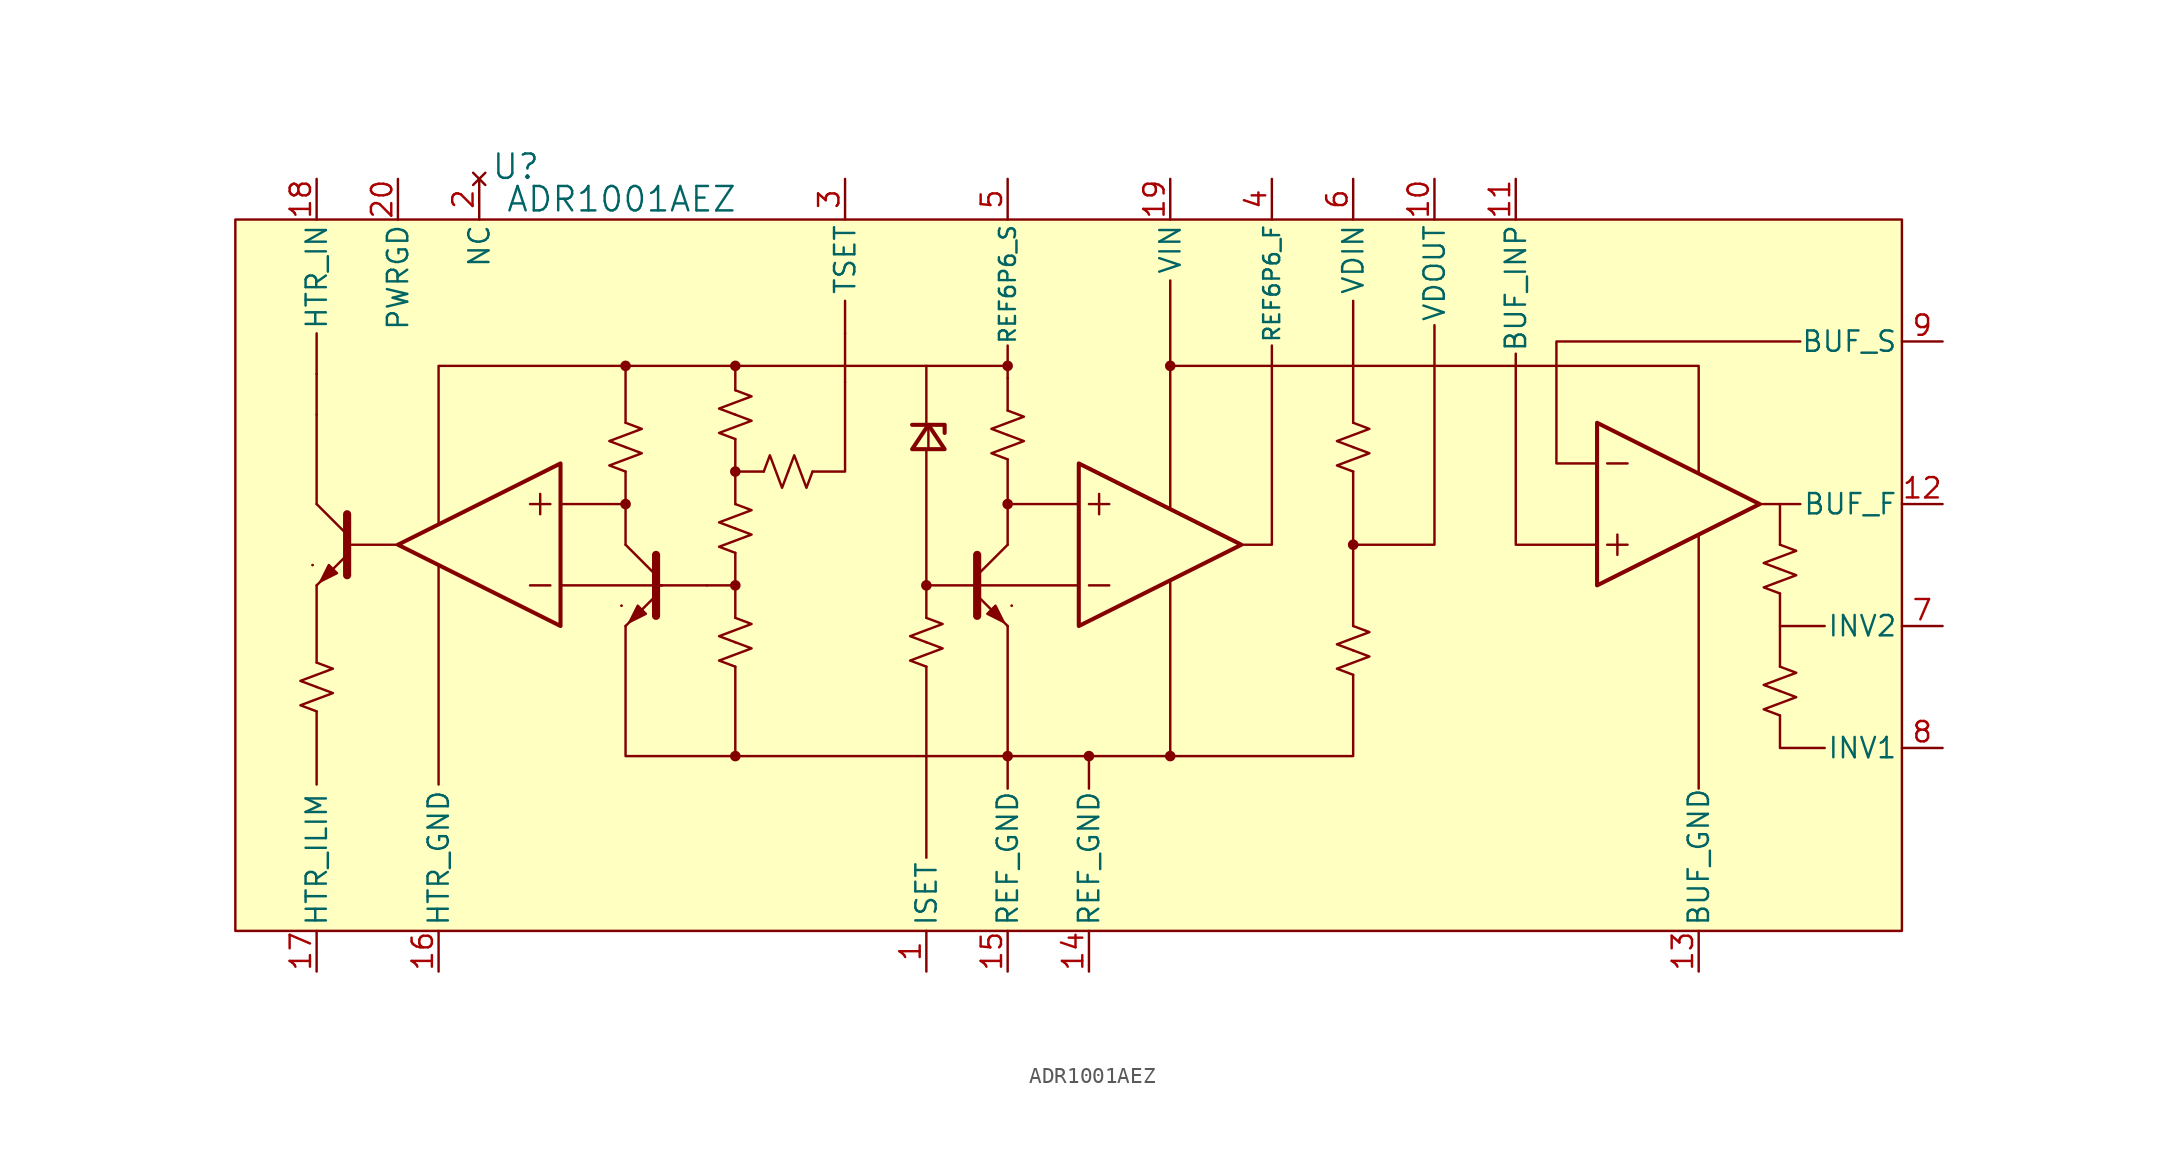
<source format=kicad_sym>
(kicad_symbol_lib
  (version 20241209)
  (generator "kicad_symbol_editor")
  (generator_version "9.0")
  (symbol "ADR1001AEZ"
    (pin_names
      (offset 0.254))
    (property "Reference" "U"
      (at -35.814 26.162 0)
      (effects (font (size 1.524 1.524))))
    (property "Value" "ADR1001AEZ"
      (at -29.21 24.13 0)
      (effects (font (size 1.524 1.524))))
    (symbol "ADR1001AEZ_0_1"
      (polyline (pts (xy -48.514 1.27) (xy -48.514 1.27)) (stroke (width 0.152) (type default)) (fill (type none)))
      (polyline (pts (xy -48.514 1.27) (xy -48.514 1.27)) (stroke (width 0.152) (type default)) (fill (type none)))
      (polyline (pts (xy -46.99 0.762) (xy -47.498 1.27) (xy -48.006 0.254) (xy -46.99 0.762) (xy -46.99 0.762)) (stroke (width 0) (type default)) (fill (type outline)))
      (polyline (pts (xy -46.355 4.445) (xy -46.355 0.635) (xy -46.355 0.635)) (stroke (width 0.508) (type default)) (fill (type none)))
      (polyline (pts (xy -46.355 3.175) (xy -48.26 5.08)) (stroke (width 0) (type default)) (fill (type none)))
      (polyline (pts (xy -46.355 1.905) (xy -48.26 0) (xy -48.26 0)) (stroke (width 0) (type default)) (fill (type none)))
      (polyline (pts (xy -43.18 2.54) (xy -46.355 2.54)) (stroke (width 0.152) (type default)) (fill (type none)))
      (polyline (pts (xy -29.21 -1.27) (xy -29.21 -1.27)) (stroke (width 0.152) (type default)) (fill (type none)))
      (polyline (pts (xy -29.21 -1.27) (xy -29.21 -1.27)) (stroke (width 0.152) (type default)) (fill (type none)))
      (polyline (pts (xy -27.686 -1.778) (xy -28.194 -1.27) (xy -28.702 -2.286) (xy -27.686 -1.778) (xy -27.686 -1.778)) (stroke (width 0) (type default)) (fill (type outline)))
      (polyline (pts (xy -27.051 1.905) (xy -27.051 -1.905) (xy -27.051 -1.905)) (stroke (width 0.508) (type default)) (fill (type none)))
      (polyline (pts (xy -27.051 0.635) (xy -28.956 2.54)) (stroke (width 0) (type default)) (fill (type none)))
      (polyline (pts (xy -27.051 -0.635) (xy -28.956 -2.54) (xy -28.956 -2.54)) (stroke (width 0) (type default)) (fill (type none)))
      (polyline (pts (xy -23.876 0) (xy -27.051 0)) (stroke (width 0.152) (type default)) (fill (type none)))
      (polyline (pts (xy -10.033 8.509) (xy -10.033 10.033)) (stroke (width 0) (type default)) (fill (type none)))
      (polyline (pts (xy -9.017 9.525) (xy -9.017 10.033) (xy -11.049 10.033)) (stroke (width 0.254) (type default)) (fill (type none)))
      (polyline (pts (xy -9.017 8.509) (xy -10.033 10.033) (xy -11.049 8.509) (xy -9.017 8.509)) (stroke (width 0.254) (type default)) (fill (type none)))
      (polyline (pts (xy -6.985 1.905) (xy -6.985 -1.905) (xy -6.985 -1.905)) (stroke (width 0.508) (type default)) (fill (type none)))
      (polyline (pts (xy -6.985 0.635) (xy -5.08 2.54)) (stroke (width 0) (type default)) (fill (type none)))
      (polyline (pts (xy -6.985 -0.635) (xy -5.08 -2.54) (xy -5.08 -2.54)) (stroke (width 0) (type default)) (fill (type none)))
      (polyline (pts (xy -6.35 -1.778) (xy -5.842 -1.27) (xy -5.334 -2.286) (xy -6.35 -1.778) (xy -6.35 -1.778)) (stroke (width 0) (type default)) (fill (type outline)))
      (polyline (pts (xy -4.826 -1.27) (xy -4.826 -1.27)) (stroke (width 0.152) (type default)) (fill (type none)))
      (polyline (pts (xy -4.826 -1.27) (xy -4.826 -1.27)) (stroke (width 0.152) (type default)) (fill (type none))))
    (symbol "ADR1001AEZ_1_1"
      (rectangle (start -53.34 22.86) (end 50.8 -21.59) (stroke (width 0) (type solid)) (fill (type background)))
      (polyline (pts (xy -48.26 13.208) (xy -48.26 15.748)) (stroke (width 0) (type default)) (fill (type none)))
      (polyline (pts (xy -48.26 10.668) (xy -48.26 13.208)) (stroke (width 0) (type default)) (fill (type none)))
      (polyline (pts (xy -48.26 5.08) (xy -48.26 10.668)) (stroke (width 0) (type default)) (fill (type none)))
      (polyline (pts (xy -48.26 0) (xy -48.26 -4.826)) (stroke (width 0) (type default)) (fill (type none)))
      (polyline (pts (xy -48.26 -4.826) (xy -47.244 -5.207) (xy -48.26 -5.588) (xy -49.276 -5.969) (xy -48.26 -6.35)) (stroke (width 0) (type default)) (fill (type none)))
      (polyline (pts (xy -48.26 -6.35) (xy -47.244 -6.731) (xy -48.26 -7.112) (xy -49.276 -7.493) (xy -48.26 -7.874)) (stroke (width 0) (type default)) (fill (type none)))
      (polyline (pts (xy -48.26 -7.874) (xy -48.26 -12.446)) (stroke (width 0) (type default)) (fill (type none)))
      (polyline (pts (xy -40.64 3.81) (xy -40.64 13.716) (xy -28.956 13.716)) (stroke (width 0) (type default)) (fill (type none)))
      (polyline (pts (xy -40.64 1.27) (xy -40.64 -12.446)) (stroke (width 0) (type default)) (fill (type none)))
      (polyline (pts (xy -34.925 5.08) (xy -33.655 5.08)) (stroke (width 0) (type default)) (fill (type none)))
      (polyline (pts (xy -34.925 0) (xy -33.655 0)) (stroke (width 0) (type default)) (fill (type none)))
      (polyline (pts (xy -34.29 5.715) (xy -34.29 4.445)) (stroke (width 0) (type default)) (fill (type none)))
      (polyline (pts (xy -33.02 7.62) (xy -33.02 -2.54) (xy -43.18 2.54) (xy -33.02 7.62)) (stroke (width 0.254) (type solid)) (fill (type none)))
      (polyline (pts (xy -33.02 5.08) (xy -28.956 5.08) (xy -28.956 2.54)) (stroke (width 0) (type default)) (fill (type none)))
      (polyline (pts (xy -33.02 0) (xy -26.67 0)) (stroke (width 0) (type default)) (fill (type none)))
      (circle (center -28.956 13.716) (radius 0.254) (stroke (width 0) (type solid)) (fill (type outline)))
      (polyline (pts (xy -28.956 10.16) (xy -28.956 13.716) (xy -22.098 13.716) (xy -22.098 12.192)) (stroke (width 0) (type default)) (fill (type none)))
      (polyline (pts (xy -28.956 10.16) (xy -27.94 9.779) (xy -28.956 9.398) (xy -29.972 9.017) (xy -28.956 8.636)) (stroke (width 0) (type default)) (fill (type none)))
      (polyline (pts (xy -28.956 8.636) (xy -27.94 8.255) (xy -28.956 7.874) (xy -29.972 7.493) (xy -28.956 7.112)) (stroke (width 0) (type default)) (fill (type none)))
      (polyline (pts (xy -28.956 7.112) (xy -28.956 5.08)) (stroke (width 0) (type default)) (fill (type none)))
      (circle (center -28.956 5.08) (radius 0.254) (stroke (width 0) (type solid)) (fill (type outline)))
      (polyline (pts (xy -28.956 -2.54) (xy -28.956 -10.668) (xy -22.098 -10.668)) (stroke (width 0) (type default)) (fill (type none)))
      (circle (center -22.098 13.716) (radius 0.254) (stroke (width 0) (type solid)) (fill (type outline)))
      (polyline (pts (xy -22.098 12.192) (xy -21.082 11.811) (xy -22.098 11.43) (xy -23.114 11.049) (xy -22.098 10.668)) (stroke (width 0) (type default)) (fill (type none)))
      (polyline (pts (xy -22.098 10.668) (xy -21.082 10.287) (xy -22.098 9.906) (xy -23.114 9.525) (xy -22.098 9.144)) (stroke (width 0) (type default)) (fill (type none)))
      (polyline (pts (xy -22.098 9.144) (xy -22.098 5.08)) (stroke (width 0) (type default)) (fill (type none)))
      (circle (center -22.098 7.112) (radius 0.254) (stroke (width 0) (type solid)) (fill (type outline)))
      (polyline (pts (xy -22.098 5.08) (xy -21.082 4.699) (xy -22.098 4.318) (xy -23.114 3.937) (xy -22.098 3.556)) (stroke (width 0) (type default)) (fill (type none)))
      (polyline (pts (xy -22.098 3.556) (xy -21.082 3.175) (xy -22.098 2.794) (xy -23.114 2.413) (xy -22.098 2.032)) (stroke (width 0) (type default)) (fill (type none)))
      (polyline (pts (xy -22.098 2.032) (xy -22.098 0) (xy -23.876 0)) (stroke (width 0) (type default)) (fill (type none)))
      (circle (center -22.098 0) (radius 0.254) (stroke (width 0) (type solid)) (fill (type outline)))
      (polyline (pts (xy -22.098 0) (xy -22.098 -2.032) (xy -22.098 -2.032)) (stroke (width 0) (type default)) (fill (type none)))
      (polyline (pts (xy -22.098 -2.032) (xy -21.082 -2.413) (xy -22.098 -2.794) (xy -23.114 -3.175) (xy -22.098 -3.556)) (stroke (width 0) (type default)) (fill (type none)))
      (polyline (pts (xy -22.098 -3.556) (xy -21.082 -3.937) (xy -22.098 -4.318) (xy -23.114 -4.699) (xy -22.098 -5.08)) (stroke (width 0) (type default)) (fill (type none)))
      (polyline (pts (xy -22.098 -5.08) (xy -22.098 -10.668) (xy 5.08 -10.668) (xy 5.08 0.254)) (stroke (width 0) (type default)) (fill (type none)))
      (circle (center -22.098 -10.668) (radius 0.254) (stroke (width 0) (type solid)) (fill (type outline)))
      (polyline (pts (xy -20.32 7.112) (xy -22.098 7.112)) (stroke (width 0) (type default)) (fill (type none)))
      (polyline (pts (xy -20.32 7.112) (xy -19.939 8.128) (xy -19.558 7.112) (xy -19.177 6.096) (xy -18.796 7.112)) (stroke (width 0) (type default)) (fill (type none)))
      (polyline (pts (xy -18.796 7.112) (xy -18.415 8.128) (xy -18.034 7.112) (xy -17.653 6.096) (xy -17.272 7.112)) (stroke (width 0) (type default)) (fill (type none)))
      (polyline (pts (xy -17.272 7.112) (xy -15.24 7.112) (xy -15.24 12.7)) (stroke (width 0) (type default)) (fill (type none)))
      (polyline (pts (xy -15.24 15.748) (xy -15.24 17.78)) (stroke (width 0) (type default)) (fill (type none)))
      (polyline (pts (xy -15.24 12.7) (xy -15.24 15.748)) (stroke (width 0) (type default)) (fill (type none)))
      (polyline (pts (xy -10.16 13.716) (xy -5.08 13.716) (xy -5.08 12.954)) (stroke (width 0) (type default)) (fill (type none)))
      (polyline (pts (xy -10.16 9.906) (xy -10.16 13.716) (xy -22.098 13.716)) (stroke (width 0) (type default)) (fill (type none)))
      (circle (center -10.16 0) (radius 0.254) (stroke (width 0) (type solid)) (fill (type outline)))
      (polyline (pts (xy -10.16 -2.032) (xy -10.16 8.382)) (stroke (width 0) (type default)) (fill (type none)))
      (polyline (pts (xy -10.16 -2.032) (xy -9.144 -2.413) (xy -10.16 -2.794) (xy -11.176 -3.175) (xy -10.16 -3.556)) (stroke (width 0) (type default)) (fill (type none)))
      (polyline (pts (xy -10.16 -3.556) (xy -9.144 -3.937) (xy -10.16 -4.318) (xy -11.176 -4.699) (xy -10.16 -5.08)) (stroke (width 0) (type default)) (fill (type none)))
      (polyline (pts (xy -10.16 -5.08) (xy -10.16 -17.018)) (stroke (width 0) (type default)) (fill (type none)))
      (circle (center -5.08 13.716) (radius 0.254) (stroke (width 0) (type solid)) (fill (type outline)))
      (polyline (pts (xy -5.08 13.716) (xy -5.08 14.986)) (stroke (width 0) (type default)) (fill (type none)))
      (polyline (pts (xy -5.08 10.922) (xy -5.08 12.954)) (stroke (width 0) (type default)) (fill (type none)))
      (polyline (pts (xy -5.08 10.922) (xy -4.064 10.541) (xy -5.08 10.16) (xy -6.096 9.779) (xy -5.08 9.398)) (stroke (width 0) (type default)) (fill (type none)))
      (polyline (pts (xy -5.08 9.398) (xy -4.064 9.017) (xy -5.08 8.636) (xy -6.096 8.255) (xy -5.08 7.874)) (stroke (width 0) (type default)) (fill (type none)))
      (polyline (pts (xy -5.08 7.874) (xy -5.08 2.54)) (stroke (width 0) (type default)) (fill (type none)))
      (circle (center -5.08 5.08) (radius 0.254) (stroke (width 0) (type solid)) (fill (type outline)))
      (polyline (pts (xy -5.08 -2.54) (xy -5.08 -10.668)) (stroke (width 0) (type default)) (fill (type none)))
      (circle (center -5.08 -10.668) (radius 0.254) (stroke (width 0) (type solid)) (fill (type outline)))
      (polyline (pts (xy -5.08 -10.668) (xy -5.08 -12.7)) (stroke (width 0) (type default)) (fill (type none)))
      (polyline (pts (xy -0.762 5.08) (xy -5.08 5.08)) (stroke (width 0) (type default)) (fill (type none)))
      (polyline (pts (xy -0.762 0) (xy -10.16 0)) (stroke (width 0) (type default)) (fill (type none)))
      (polyline (pts (xy -0.635 7.62) (xy -0.635 -2.54) (xy 9.525 2.54) (xy -0.635 7.62)) (stroke (width 0.254) (type solid)) (fill (type none)))
      (circle (center 0 -10.668) (radius 0.254) (stroke (width 0) (type solid)) (fill (type outline)))
      (polyline (pts (xy 0 -12.7) (xy 0 -10.668)) (stroke (width 0) (type default)) (fill (type none)))
      (polyline (pts (xy 0.635 5.715) (xy 0.635 4.445)) (stroke (width 0) (type default)) (fill (type none)))
      (polyline (pts (xy 1.27 5.08) (xy 0 5.08)) (stroke (width 0) (type default)) (fill (type none)))
      (polyline (pts (xy 1.27 0) (xy 0 0)) (stroke (width 0) (type default)) (fill (type none)))
      (polyline (pts (xy 5.08 19.05) (xy 5.08 4.826)) (stroke (width 0) (type default)) (fill (type none)))
      (circle (center 5.08 13.716) (radius 0.254) (stroke (width 0) (type solid)) (fill (type outline)))
      (polyline (pts (xy 5.08 -10.668) (xy 16.51 -10.668) (xy 16.51 -5.588)) (stroke (width 0) (type default)) (fill (type none)))
      (circle (center 5.08 -10.668) (radius 0.254) (stroke (width 0) (type solid)) (fill (type outline)))
      (polyline (pts (xy 11.43 14.986) (xy 11.43 2.54) (xy 9.652 2.54)) (stroke (width 0) (type default)) (fill (type none)))
      (polyline (pts (xy 16.51 10.16) (xy 16.51 17.78)) (stroke (width 0) (type default)) (fill (type none)))
      (polyline (pts (xy 16.51 10.16) (xy 17.526 9.779) (xy 16.51 9.398) (xy 15.494 9.017) (xy 16.51 8.636)) (stroke (width 0) (type default)) (fill (type none)))
      (polyline (pts (xy 16.51 8.636) (xy 17.526 8.255) (xy 16.51 7.874) (xy 15.494 7.493) (xy 16.51 7.112)) (stroke (width 0) (type default)) (fill (type none)))
      (polyline (pts (xy 16.51 7.112) (xy 16.51 2.54)) (stroke (width 0) (type default)) (fill (type none)))
      (polyline (pts (xy 16.51 2.54) (xy 16.51 -2.54)) (stroke (width 0) (type default)) (fill (type none)))
      (circle (center 16.51 2.54) (radius 0.254) (stroke (width 0) (type solid)) (fill (type outline)))
      (polyline (pts (xy 16.51 -2.54) (xy 17.526 -2.921) (xy 16.51 -3.302) (xy 15.494 -3.683) (xy 16.51 -4.064)) (stroke (width 0) (type default)) (fill (type none)))
      (polyline (pts (xy 16.51 -4.064) (xy 17.526 -4.445) (xy 16.51 -4.826) (xy 15.494 -5.207) (xy 16.51 -5.588)) (stroke (width 0) (type default)) (fill (type none)))
      (polyline (pts (xy 21.59 16.256) (xy 21.59 2.54) (xy 16.51 2.54)) (stroke (width 0) (type default)) (fill (type none)))
      (polyline (pts (xy 26.67 14.478) (xy 26.67 2.54) (xy 31.75 2.54)) (stroke (width 0) (type default)) (fill (type none)))
      (polyline (pts (xy 31.75 7.62) (xy 29.21 7.62) (xy 29.21 15.24) (xy 44.45 15.24)) (stroke (width 0) (type default)) (fill (type none)))
      (polyline (pts (xy 31.75 0) (xy 31.75 10.16) (xy 41.91 5.08) (xy 31.75 0)) (stroke (width 0.254) (type solid)) (fill (type none)))
      (polyline (pts (xy 33.02 1.905) (xy 33.02 3.175)) (stroke (width 0) (type default)) (fill (type none)))
      (polyline (pts (xy 33.655 7.62) (xy 32.385 7.62)) (stroke (width 0) (type default)) (fill (type none)))
      (polyline (pts (xy 33.655 2.54) (xy 32.385 2.54)) (stroke (width 0) (type default)) (fill (type none)))
      (polyline (pts (xy 38.1 7.112) (xy 38.1 13.716) (xy 5.08 13.716)) (stroke (width 0) (type default)) (fill (type none)))
      (polyline (pts (xy 38.1 -12.7) (xy 38.1 3.048)) (stroke (width 0) (type default)) (fill (type none)))
      (polyline (pts (xy 41.91 5.08) (xy 44.45 5.08)) (stroke (width 0) (type default)) (fill (type none)))
      (polyline (pts (xy 43.18 2.54) (xy 43.18 5.08)) (stroke (width 0) (type default)) (fill (type none)))
      (polyline (pts (xy 43.18 2.54) (xy 44.196 2.159) (xy 43.18 1.778) (xy 42.164 1.397) (xy 43.18 1.016)) (stroke (width 0) (type default)) (fill (type none)))
      (polyline (pts (xy 43.18 1.016) (xy 44.196 0.635) (xy 43.18 0.254) (xy 42.164 -0.127) (xy 43.18 -0.508)) (stroke (width 0) (type default)) (fill (type none)))
      (polyline (pts (xy 43.18 -0.508) (xy 43.18 -5.08)) (stroke (width 0) (type default)) (fill (type none)))
      (polyline (pts (xy 43.18 -5.08) (xy 44.196 -5.461) (xy 43.18 -5.842) (xy 42.164 -6.223) (xy 43.18 -6.604)) (stroke (width 0) (type default)) (fill (type none)))
      (polyline (pts (xy 43.18 -6.604) (xy 44.196 -6.985) (xy 43.18 -7.366) (xy 42.164 -7.747) (xy 43.18 -8.128)) (stroke (width 0) (type default)) (fill (type none)))
      (polyline (pts (xy 43.18 -8.128) (xy 43.18 -10.16) (xy 45.974 -10.16)) (stroke (width 0) (type default)) (fill (type none)))
      (polyline (pts (xy 45.974 -2.54) (xy 43.18 -2.54)) (stroke (width 0) (type default)) (fill (type none)))
      (pin bidirectional line (at -48.26 25.4 270) (length 2.54) (name "HTR_IN" (effects (font (size 1.27 1.27)))) (number "18" (effects (font (size 1.27 1.27)))))
      (pin bidirectional line (at -48.26 -24.13 90) (length 2.54) (name "HTR_ILIM" (effects (font (size 1.27 1.27)))) (number "17" (effects (font (size 1.27 1.27)))))
      (pin bidirectional line (at -43.18 25.4 270) (length 2.54) (name "PWRGD" (effects (font (size 1.27 1.27)))) (number "20" (effects (font (size 1.27 1.27)))))
      (pin bidirectional line (at -40.64 -24.13 90) (length 2.54) (name "HTR_GND" (effects (font (size 1.27 1.27)))) (number "16" (effects (font (size 1.27 1.27)))))
      (pin no_connect line (at -38.1 25.4 270) (length 2.54) (name "NC" (effects (font (size 1.27 1.27)))) (number "2" (effects (font (size 1.27 1.27)))))
      (pin bidirectional line (at -15.24 25.4 270) (length 2.54) (name "TSET" (effects (font (size 1.27 1.27)))) (number "3" (effects (font (size 1.27 1.27)))))
      (pin bidirectional line (at -10.16 -24.13 90) (length 2.54) (name "ISET" (effects (font (size 1.27 1.27)))) (number "1" (effects (font (size 1.27 1.27)))))
      (pin bidirectional line (at -5.08 25.4 270) (length 2.54) (name "REF6P6_S" (effects (font (size 1 1)))) (number "5" (effects (font (size 1.27 1.27)))))
      (pin bidirectional line (at -5.08 -24.13 90) (length 2.54) (name "REF_GND" (effects (font (size 1.27 1.27)))) (number "15" (effects (font (size 1.27 1.27)))))
      (pin bidirectional line (at 0 -24.13 90) (length 2.54) (name "REF_GND" (effects (font (size 1.27 1.27)))) (number "14" (effects (font (size 1.27 1.27)))))
      (pin bidirectional line (at 5.08 25.4 270) (length 2.54) (name "VIN" (effects (font (size 1.27 1.27)))) (number "19" (effects (font (size 1.27 1.27)))))
      (pin bidirectional line (at 11.43 25.4 270) (length 2.54) (name "REF6P6_F" (effects (font (size 1 1)))) (number "4" (effects (font (size 1.27 1.27)))))
      (pin bidirectional line (at 16.51 25.4 270) (length 2.54) (name "VDIN" (effects (font (size 1.27 1.27)))) (number "6" (effects (font (size 1.27 1.27)))))
      (pin bidirectional line (at 21.59 25.4 270) (length 2.54) (name "VDOUT" (effects (font (size 1.27 1.27)))) (number "10" (effects (font (size 1.27 1.27)))))
      (pin bidirectional line (at 26.67 25.4 270) (length 2.54) (name "BUF_INP" (effects (font (size 1.27 1.27)))) (number "11" (effects (font (size 1.27 1.27)))))
      (pin bidirectional line (at 38.1 -24.13 90) (length 2.54) (name "BUF_GND" (effects (font (size 1.27 1.27)))) (number "13" (effects (font (size 1.27 1.27)))))
      (pin bidirectional line (at 53.34 15.24 180) (length 2.54) (name "BUF_S" (effects (font (size 1.27 1.27)))) (number "9" (effects (font (size 1.27 1.27)))))
      (pin bidirectional line (at 53.34 5.08 180) (length 2.54) (name "BUF_F" (effects (font (size 1.27 1.27)))) (number "12" (effects (font (size 1.27 1.27)))))
      (pin bidirectional line (at 53.34 -2.54 180) (length 2.54) (name "INV2" (effects (font (size 1.27 1.27)))) (number "7" (effects (font (size 1.27 1.27)))))
      (pin bidirectional line (at 53.34 -10.16 180) (length 2.54) (name "INV1" (effects (font (size 1.27 1.27)))) (number "8" (effects (font (size 1.27 1.27))))))))
</source>
